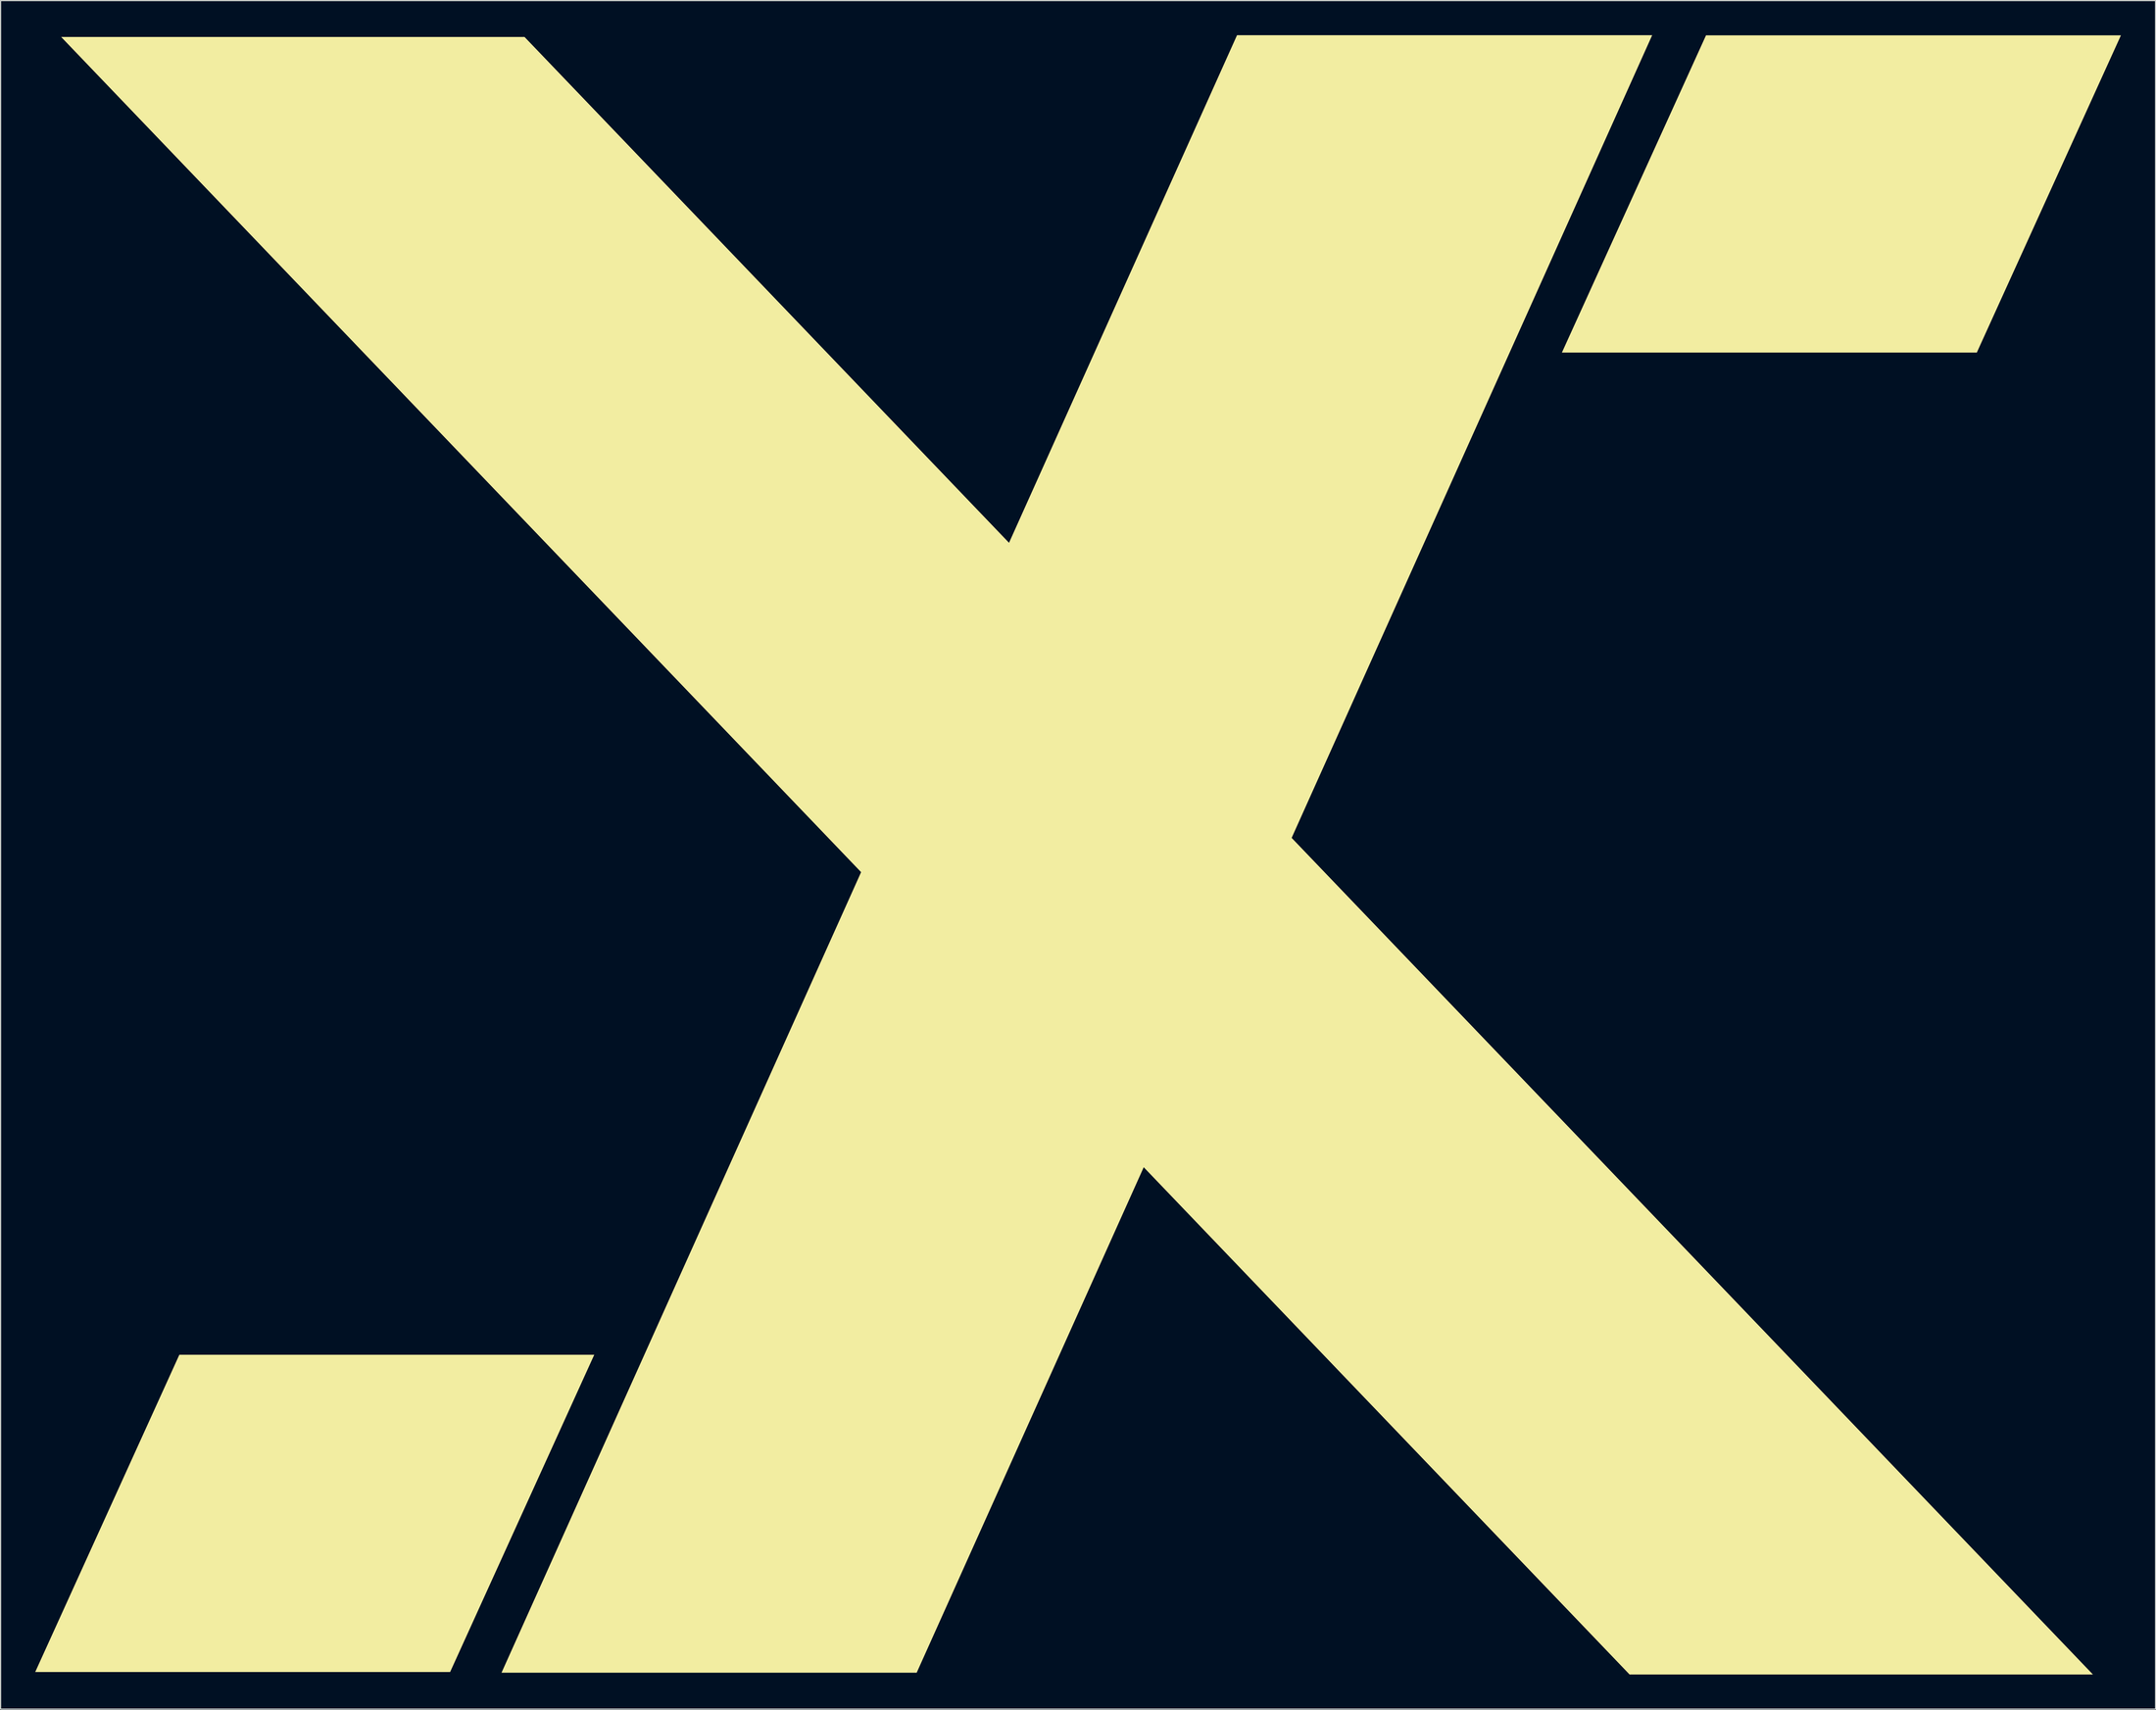
<source format=kicad_pcb>
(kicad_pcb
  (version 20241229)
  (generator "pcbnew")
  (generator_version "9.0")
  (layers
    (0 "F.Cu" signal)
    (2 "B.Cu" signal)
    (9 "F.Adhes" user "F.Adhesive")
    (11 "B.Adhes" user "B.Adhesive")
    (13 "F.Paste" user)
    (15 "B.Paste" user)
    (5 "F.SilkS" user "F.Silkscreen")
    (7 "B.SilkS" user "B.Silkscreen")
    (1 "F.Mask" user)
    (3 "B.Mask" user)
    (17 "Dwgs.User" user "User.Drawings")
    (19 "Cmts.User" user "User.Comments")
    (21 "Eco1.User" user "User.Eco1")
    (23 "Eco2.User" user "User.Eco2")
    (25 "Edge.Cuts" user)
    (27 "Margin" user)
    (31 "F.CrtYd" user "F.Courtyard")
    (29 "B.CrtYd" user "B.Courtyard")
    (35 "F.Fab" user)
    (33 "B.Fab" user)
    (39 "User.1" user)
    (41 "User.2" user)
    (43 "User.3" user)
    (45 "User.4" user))
  (footprint "X Logo"
    (layer "F.Cu")
    (at 90.8 72.734)
    (property "Reference" "X Logo" (at 0 -0.5 0) (unlocked yes) (layer "F.SilkS") (effects (font (size 1 1) (thickness 0.15))))
    (attr smd)
    (fp_poly (pts (xy -54.867 69.096) (xy -90.8 69.096) (xy -78.319 41.607) (xy -42.386 41.607)) (stroke (width 0) (type solid)) (fill yes) (layer "F.SilkS"))
    (fp_poly (pts (xy -14.463 69.158) (xy -50.417 69.158) (xy 13.28 -72.734) (xy 49.233 -72.734)) (stroke (width 0) (type solid)) (fill yes) (layer "F.SilkS"))
    (fp_poly (pts (xy 77.348 -45.234) (xy 41.415 -45.234) (xy 53.896 -72.723) (xy 89.829 -72.723)) (stroke (width 0) (type solid)) (fill yes) (layer "F.SilkS"))
    (fp_poly (pts (xy 87.404 69.312) (xy 47.275 69.312) (xy -88.552 -72.58) (xy -48.423 -72.58)) (stroke (width 0) (type solid)) (fill yes) (layer "F.SilkS")))
  (gr_rect
    (start -3 -3)
    (end 183.628 145.045)
    (stroke (width 0.1) (type default))
    (fill no)
    (layer "Edge.Cuts")))
</source>
